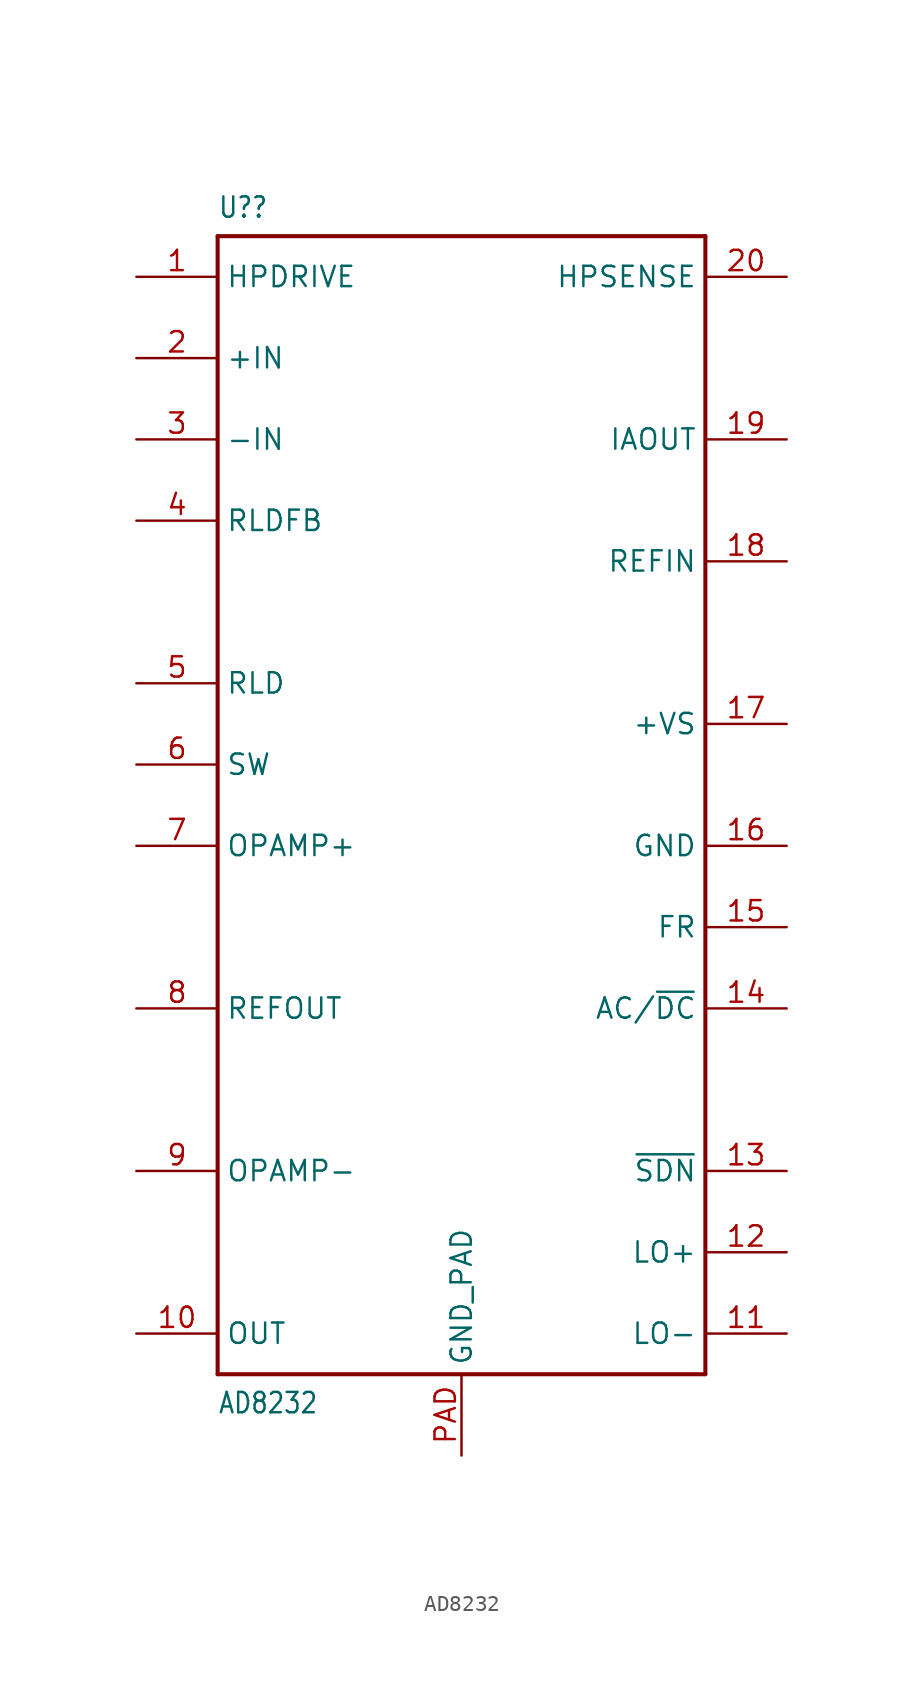
<source format=kicad_sym>
(kicad_symbol_lib
  (version 20211014)
  (generator kicad_symbol_editor)
  (symbol "AD8232"
    (property "Reference" "U?"
      (at -15.24 45.72 0)
      (effects (font (size 1.27 1.079)) (justify left top)))
    (property "Value" "AD8232"
      (at -15.24 -30.48 0)
      (effects (font (size 1.27 1.079)) (justify left bottom)))
    (symbol "AD8232_1_0"
      (polyline (pts (xy -15.24 -27.94) (xy -15.24 43.18)) (stroke (width 0.254) (type default) (color 0 0 0 0)) (fill (type none)))
      (polyline (pts (xy -15.24 43.18) (xy 15.24 43.18)) (stroke (width 0.254) (type default) (color 0 0 0 0)) (fill (type none)))
      (polyline (pts (xy 15.24 -27.94) (xy -15.24 -27.94)) (stroke (width 0.254) (type default) (color 0 0 0 0)) (fill (type none)))
      (polyline (pts (xy 15.24 43.18) (xy 15.24 -27.94)) (stroke (width 0.254) (type default) (color 0 0 0 0)) (fill (type none)))
      (pin bidirectional line (at -20.32 40.64 0) (length 5.08) (name "HPDRIVE" (effects (font (size 1.27 1.27)))) (number "1" (effects (font (size 1.27 1.27)))))
      (pin bidirectional line (at -20.32 -25.4 0) (length 5.08) (name "OUT" (effects (font (size 1.27 1.27)))) (number "10" (effects (font (size 1.27 1.27)))))
      (pin bidirectional line (at 20.32 -25.4 180) (length 5.08) (name "LO-" (effects (font (size 1.27 1.27)))) (number "11" (effects (font (size 1.27 1.27)))))
      (pin bidirectional line (at 20.32 -20.32 180) (length 5.08) (name "LO+" (effects (font (size 1.27 1.27)))) (number "12" (effects (font (size 1.27 1.27)))))
      (pin bidirectional line (at 20.32 -15.24 180) (length 5.08) (name "~{SDN}" (effects (font (size 1.27 1.27)))) (number "13" (effects (font (size 1.27 1.27)))))
      (pin bidirectional line (at 20.32 -5.08 180) (length 5.08) (name "AC/~{DC}" (effects (font (size 1.27 1.27)))) (number "14" (effects (font (size 1.27 1.27)))))
      (pin bidirectional line (at 20.32 0 180) (length 5.08) (name "FR" (effects (font (size 1.27 1.27)))) (number "15" (effects (font (size 1.27 1.27)))))
      (pin bidirectional line (at 20.32 5.08 180) (length 5.08) (name "GND" (effects (font (size 1.27 1.27)))) (number "16" (effects (font (size 1.27 1.27)))))
      (pin bidirectional line (at 20.32 12.7 180) (length 5.08) (name "+VS" (effects (font (size 1.27 1.27)))) (number "17" (effects (font (size 1.27 1.27)))))
      (pin bidirectional line (at 20.32 22.86 180) (length 5.08) (name "REFIN" (effects (font (size 1.27 1.27)))) (number "18" (effects (font (size 1.27 1.27)))))
      (pin bidirectional line (at 20.32 30.48 180) (length 5.08) (name "IAOUT" (effects (font (size 1.27 1.27)))) (number "19" (effects (font (size 1.27 1.27)))))
      (pin bidirectional line (at -20.32 35.56 0) (length 5.08) (name "+IN" (effects (font (size 1.27 1.27)))) (number "2" (effects (font (size 1.27 1.27)))))
      (pin bidirectional line (at 20.32 40.64 180) (length 5.08) (name "HPSENSE" (effects (font (size 1.27 1.27)))) (number "20" (effects (font (size 1.27 1.27)))))
      (pin bidirectional line (at -20.32 30.48 0) (length 5.08) (name "-IN" (effects (font (size 1.27 1.27)))) (number "3" (effects (font (size 1.27 1.27)))))
      (pin bidirectional line (at -20.32 25.4 0) (length 5.08) (name "RLDFB" (effects (font (size 1.27 1.27)))) (number "4" (effects (font (size 1.27 1.27)))))
      (pin bidirectional line (at -20.32 15.24 0) (length 5.08) (name "RLD" (effects (font (size 1.27 1.27)))) (number "5" (effects (font (size 1.27 1.27)))))
      (pin bidirectional line (at -20.32 10.16 0) (length 5.08) (name "SW" (effects (font (size 1.27 1.27)))) (number "6" (effects (font (size 1.27 1.27)))))
      (pin bidirectional line (at -20.32 5.08 0) (length 5.08) (name "OPAMP+" (effects (font (size 1.27 1.27)))) (number "7" (effects (font (size 1.27 1.27)))))
      (pin bidirectional line (at -20.32 -5.08 0) (length 5.08) (name "REFOUT" (effects (font (size 1.27 1.27)))) (number "8" (effects (font (size 1.27 1.27)))))
      (pin bidirectional line (at -20.32 -15.24 0) (length 5.08) (name "OPAMP-" (effects (font (size 1.27 1.27)))) (number "9" (effects (font (size 1.27 1.27)))))
      (pin bidirectional line (at 0 -33.02 90) (length 5.08) (name "GND_PAD" (effects (font (size 1.27 1.27)))) (number "PAD" (effects (font (size 1.27 1.27))))))))
</source>
